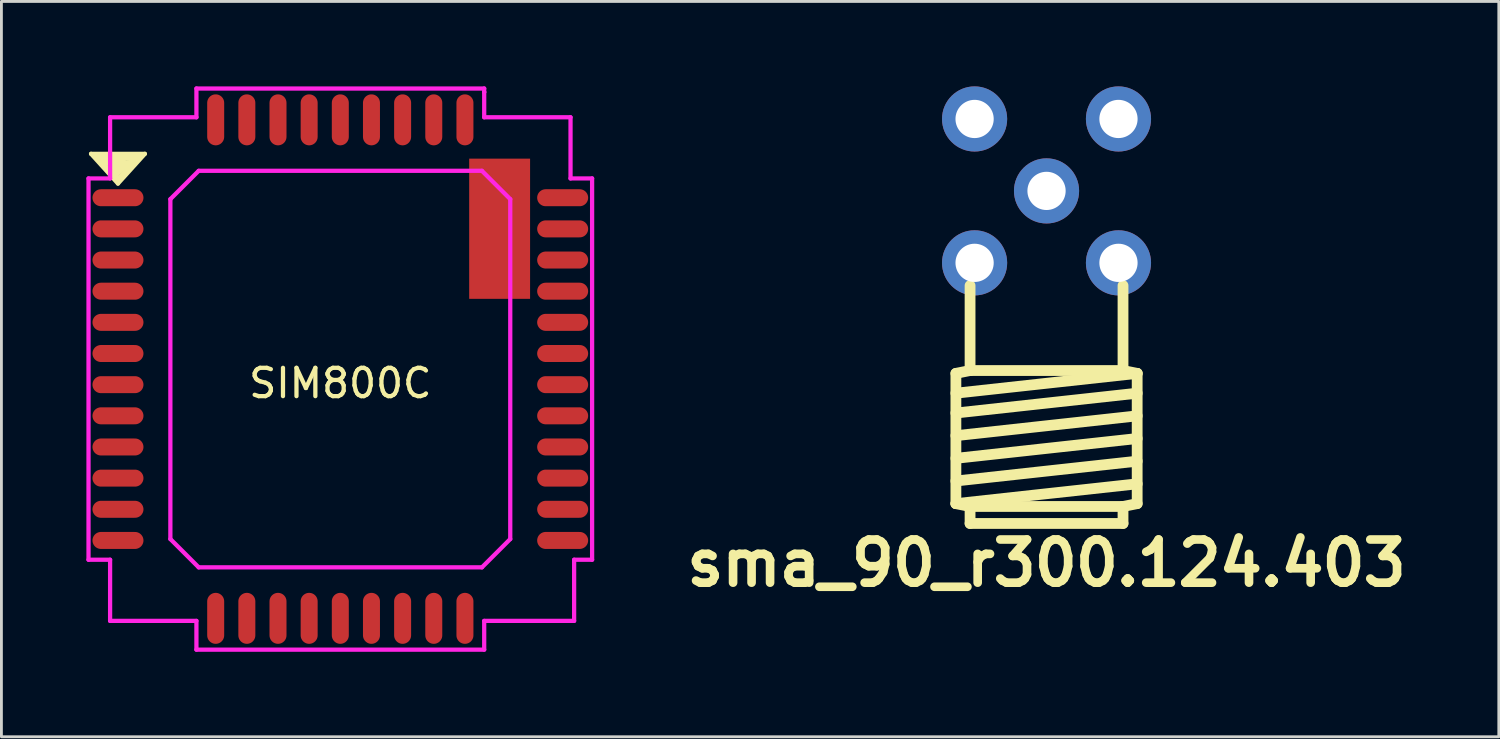
<source format=kicad_pcb>
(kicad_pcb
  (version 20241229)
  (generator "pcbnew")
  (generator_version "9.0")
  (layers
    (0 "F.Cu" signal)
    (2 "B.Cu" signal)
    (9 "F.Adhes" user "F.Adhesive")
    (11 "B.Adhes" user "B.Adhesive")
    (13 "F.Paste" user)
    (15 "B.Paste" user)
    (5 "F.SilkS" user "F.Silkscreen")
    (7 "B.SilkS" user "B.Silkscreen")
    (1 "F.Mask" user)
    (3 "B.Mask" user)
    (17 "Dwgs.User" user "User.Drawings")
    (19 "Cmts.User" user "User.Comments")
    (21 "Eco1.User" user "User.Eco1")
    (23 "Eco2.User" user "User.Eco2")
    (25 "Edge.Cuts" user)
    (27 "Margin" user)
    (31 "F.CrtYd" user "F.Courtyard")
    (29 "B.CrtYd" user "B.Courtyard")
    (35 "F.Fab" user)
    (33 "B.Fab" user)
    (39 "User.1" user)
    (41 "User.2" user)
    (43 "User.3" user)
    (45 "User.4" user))
  (footprint "SIM800C"
    (layer "F.Cu")
    (at 8.965 9.981)
    (property "Reference" "SIM800C" (at 0 0.5 0) (layer "F.SilkS") (effects (font (size 1 1) (thickness 0.15))))
    (attr through_hole)
    (fp_line (start -8.8 -7.6) (end -6.9 -7.6) (stroke (width 0.15) (type solid)) (layer "F.SilkS"))
    (fp_line (start -8.65 -7.5) (end -7.1 -7.55) (stroke (width 0.15) (type solid)) (layer "F.SilkS"))
    (fp_line (start -8.5 -7.4) (end -7.3 -7.45) (stroke (width 0.15) (type solid)) (layer "F.SilkS"))
    (fp_line (start -8.35 -7.35) (end -7.7 -7.15) (stroke (width 0.15) (type solid)) (layer "F.SilkS"))
    (fp_line (start -8.25 -7.35) (end -7.5 -7.3) (stroke (width 0.15) (type solid)) (layer "F.SilkS"))
    (fp_line (start -8.1 -7.25) (end -7.75 -7.2) (stroke (width 0.15) (type solid)) (layer "F.SilkS"))
    (fp_line (start -7.9 -7.1) (end -8.35 -7.35) (stroke (width 0.15) (type solid)) (layer "F.SilkS"))
    (fp_line (start -7.9 -7) (end -8.1 -7.25) (stroke (width 0.15) (type solid)) (layer "F.SilkS"))
    (fp_line (start -7.9 -6.85) (end -8.25 -7.35) (stroke (width 0.15) (type solid)) (layer "F.SilkS"))
    (fp_line (start -7.85 -6.7) (end -8.5 -7.4) (stroke (width 0.15) (type solid)) (layer "F.SilkS"))
    (fp_line (start -7.85 -6.55) (end -8.8 -7.6) (stroke (width 0.15) (type solid)) (layer "F.SilkS"))
    (fp_line (start -7.75 -7.2) (end -7.9 -7.1) (stroke (width 0.15) (type solid)) (layer "F.SilkS"))
    (fp_line (start -7.5 -7.3) (end -7.9 -7) (stroke (width 0.15) (type solid)) (layer "F.SilkS"))
    (fp_line (start -7.3 -7.45) (end -7.9 -6.85) (stroke (width 0.15) (type solid)) (layer "F.SilkS"))
    (fp_line (start -7.1 -7.55) (end -7.85 -6.7) (stroke (width 0.15) (type solid)) (layer "F.SilkS"))
    (fp_line (start -6.9 -7.6) (end -7.85 -6.55) (stroke (width 0.15) (type solid)) (layer "F.SilkS"))
    (fp_line (start -8.89 -6.731) (end -8.128 -6.731) (stroke (width 0.15) (type solid)) (layer "F.CrtYd"))
    (fp_line (start -8.89 6.731) (end -8.89 -6.731) (stroke (width 0.15) (type solid)) (layer "F.CrtYd"))
    (fp_line (start -8.128 -8.89) (end -5.08 -8.89) (stroke (width 0.15) (type solid)) (layer "F.CrtYd"))
    (fp_line (start -8.128 -6.731) (end -8.128 -8.89) (stroke (width 0.15) (type solid)) (layer "F.CrtYd"))
    (fp_line (start -8.128 6.731) (end -8.89 6.731) (stroke (width 0.15) (type solid)) (layer "F.CrtYd"))
    (fp_line (start -8.128 8.89) (end -8.128 6.731) (stroke (width 0.15) (type solid)) (layer "F.CrtYd"))
    (fp_line (start -6 -6) (end -5 -7) (stroke (width 0.15) (type solid)) (layer "F.CrtYd"))
    (fp_line (start -6 6) (end -6 -6) (stroke (width 0.15) (type solid)) (layer "F.CrtYd"))
    (fp_line (start -5.08 -9.906) (end 5.08 -9.906) (stroke (width 0.15) (type solid)) (layer "F.CrtYd"))
    (fp_line (start -5.08 -8.89) (end -5.08 -9.906) (stroke (width 0.15) (type solid)) (layer "F.CrtYd"))
    (fp_line (start -5.08 8.89) (end -8.128 8.89) (stroke (width 0.15) (type solid)) (layer "F.CrtYd"))
    (fp_line (start -5.08 9.906) (end -5.08 8.89) (stroke (width 0.15) (type solid)) (layer "F.CrtYd"))
    (fp_line (start -5 -7) (end 5 -7) (stroke (width 0.15) (type solid)) (layer "F.CrtYd"))
    (fp_line (start -5 7) (end -6 6) (stroke (width 0.15) (type solid)) (layer "F.CrtYd"))
    (fp_line (start 5 -7) (end 6 -6) (stroke (width 0.15) (type solid)) (layer "F.CrtYd"))
    (fp_line (start 5 7) (end -5 7) (stroke (width 0.15) (type solid)) (layer "F.CrtYd"))
    (fp_line (start 5.08 -9.906) (end 5.08 -9.779) (stroke (width 0.15) (type solid)) (layer "F.CrtYd"))
    (fp_line (start 5.08 -9.779) (end 5.08 -9.779) (stroke (width 0.15) (type solid)) (layer "F.CrtYd"))
    (fp_line (start 5.08 -9.779) (end 5.08 -8.89) (stroke (width 0.15) (type solid)) (layer "F.CrtYd"))
    (fp_line (start 5.08 -8.89) (end 8.128 -8.89) (stroke (width 0.15) (type solid)) (layer "F.CrtYd"))
    (fp_line (start 5.08 8.89) (end 5.08 9.906) (stroke (width 0.15) (type solid)) (layer "F.CrtYd"))
    (fp_line (start 5.08 9.906) (end -5.08 9.906) (stroke (width 0.15) (type solid)) (layer "F.CrtYd"))
    (fp_line (start 6 -6) (end 6 6) (stroke (width 0.15) (type solid)) (layer "F.CrtYd"))
    (fp_line (start 6 6) (end 5 7) (stroke (width 0.15) (type solid)) (layer "F.CrtYd"))
    (fp_line (start 8.128 -8.89) (end 8.128 -6.731) (stroke (width 0.15) (type solid)) (layer "F.CrtYd"))
    (fp_line (start 8.128 -6.731) (end 8.89 -6.731) (stroke (width 0.15) (type solid)) (layer "F.CrtYd"))
    (fp_line (start 8.255 6.731) (end 8.255 8.89) (stroke (width 0.15) (type solid)) (layer "F.CrtYd"))
    (fp_line (start 8.255 8.89) (end 5.08 8.89) (stroke (width 0.15) (type solid)) (layer "F.CrtYd"))
    (fp_line (start 8.89 -6.731) (end 8.89 6.731) (stroke (width 0.15) (type solid)) (layer "F.CrtYd"))
    (fp_line (start 8.89 6.731) (end 8.255 6.731) (stroke (width 0.15) (type solid)) (layer "F.CrtYd"))
    (pad "1" smd oval (at -7.85 -6.05) (size 1.8 0.6) (layers "F.Cu" "F.Mask" "F.Paste"))
    (pad "2" smd oval (at -7.85 -4.95) (size 1.8 0.6) (layers "F.Cu" "F.Mask" "F.Paste"))
    (pad "3" smd oval (at -7.85 -3.85) (size 1.8 0.6) (layers "F.Cu" "F.Mask" "F.Paste"))
    (pad "4" smd oval (at -7.85 -2.75) (size 1.8 0.6) (layers "F.Cu" "F.Mask" "F.Paste"))
    (pad "5" smd oval (at -7.85 -1.65) (size 1.8 0.6) (layers "F.Cu" "F.Mask" "F.Paste"))
    (pad "6" smd oval (at -7.85 -0.55) (size 1.8 0.6) (layers "F.Cu" "F.Mask" "F.Paste"))
    (pad "7" smd oval (at -7.85 0.55) (size 1.8 0.6) (layers "F.Cu" "F.Mask" "F.Paste"))
    (pad "8" smd oval (at -7.85 1.65) (size 1.8 0.6) (layers "F.Cu" "F.Mask" "F.Paste"))
    (pad "9" smd oval (at -7.85 2.75) (size 1.8 0.6) (layers "F.Cu" "F.Mask" "F.Paste"))
    (pad "10" smd oval (at -7.85 3.85) (size 1.8 0.6) (layers "F.Cu" "F.Mask" "F.Paste"))
    (pad "11" smd oval (at -7.85 4.95) (size 1.8 0.6) (layers "F.Cu" "F.Mask" "F.Paste"))
    (pad "12" smd oval (at -7.85 6.05) (size 1.8 0.6) (layers "F.Cu" "F.Mask" "F.Paste"))
    (pad "13" smd oval (at -4.4 8.8 90) (size 1.8 0.6) (layers "F.Cu" "F.Mask" "F.Paste"))
    (pad "14" smd oval (at -3.3 8.8 90) (size 1.8 0.6) (layers "F.Cu" "F.Mask" "F.Paste"))
    (pad "15" smd oval (at -2.2 8.8 90) (size 1.8 0.6) (layers "F.Cu" "F.Mask" "F.Paste"))
    (pad "16" smd oval (at -1.1 8.8 90) (size 1.8 0.6) (layers "F.Cu" "F.Mask" "F.Paste"))
    (pad "17" smd oval (at 0 8.8 90) (size 1.8 0.6) (layers "F.Cu" "F.Mask" "F.Paste"))
    (pad "18" smd oval (at 1.1 8.8 90) (size 1.8 0.6) (layers "F.Cu" "F.Mask" "F.Paste"))
    (pad "19" smd oval (at 2.2 8.8 90) (size 1.8 0.6) (layers "F.Cu" "F.Mask" "F.Paste"))
    (pad "20" smd oval (at 3.3 8.8 90) (size 1.8 0.6) (layers "F.Cu" "F.Mask" "F.Paste"))
    (pad "21" smd oval (at 4.4 8.8 90) (size 1.8 0.6) (layers "F.Cu" "F.Mask" "F.Paste"))
    (pad "22" smd oval (at 7.85 6.05) (size 1.8 0.6) (layers "F.Cu" "F.Mask" "F.Paste"))
    (pad "23" smd oval (at 7.85 4.95) (size 1.8 0.6) (layers "F.Cu" "F.Mask" "F.Paste"))
    (pad "24" smd oval (at 7.85 3.85) (size 1.8 0.6) (layers "F.Cu" "F.Mask" "F.Paste"))
    (pad "25" smd oval (at 7.85 2.75) (size 1.8 0.6) (layers "F.Cu" "F.Mask" "F.Paste"))
    (pad "26" smd oval (at 7.85 1.65) (size 1.8 0.6) (layers "F.Cu" "F.Mask" "F.Paste"))
    (pad "27" smd oval (at 7.85 0.55) (size 1.8 0.6) (layers "F.Cu" "F.Mask" "F.Paste"))
    (pad "28" smd oval (at 7.85 -0.55) (size 1.8 0.6) (layers "F.Cu" "F.Mask" "F.Paste"))
    (pad "29" smd oval (at 7.85 -1.65) (size 1.8 0.6) (layers "F.Cu" "F.Mask" "F.Paste"))
    (pad "30" smd oval (at 7.85 -2.75) (size 1.8 0.6) (layers "F.Cu" "F.Mask" "F.Paste"))
    (pad "31" smd oval (at 7.85 -3.85) (size 1.8 0.6) (layers "F.Cu" "F.Mask" "F.Paste"))
    (pad "32" smd oval (at 7.85 -4.95) (size 1.8 0.6) (layers "F.Cu" "F.Mask" "F.Paste"))
    (pad "33" smd oval (at 7.85 -6.05) (size 1.8 0.6) (layers "F.Cu" "F.Mask" "F.Paste"))
    (pad "34" smd oval (at 4.4 -8.8 90) (size 1.8 0.6) (layers "F.Cu" "F.Mask" "F.Paste"))
    (pad "35" smd oval (at 3.3 -8.8 90) (size 1.8 0.6) (layers "F.Cu" "F.Mask" "F.Paste"))
    (pad "36" smd oval (at 2.2 -8.8 90) (size 1.8 0.6) (layers "F.Cu" "F.Mask" "F.Paste"))
    (pad "37" smd oval (at 1.1 -8.8 90) (size 1.8 0.6) (layers "F.Cu" "F.Mask" "F.Paste"))
    (pad "38" smd oval (at 0 -8.8 90) (size 1.8 0.6) (layers "F.Cu" "F.Mask" "F.Paste"))
    (pad "39" smd oval (at -1.1 -8.8 90) (size 1.8 0.6) (layers "F.Cu" "F.Mask" "F.Paste"))
    (pad "40" smd oval (at -2.2 -8.8 90) (size 1.8 0.6) (layers "F.Cu" "F.Mask" "F.Paste"))
    (pad "41" smd oval (at -3.3 -8.8 90) (size 1.8 0.6) (layers "F.Cu" "F.Mask" "F.Paste"))
    (pad "42" smd oval (at -4.4 -8.8 90) (size 1.8 0.6) (layers "F.Cu" "F.Mask" "F.Paste"))
    (pad "43" smd trapezoid (at 5.625 -4.955 90) (size 4.95 2.15) (layers "F.Cu" "F.Mask" "F.Paste")))
  (footprint "sma_90_r300.124.403"
    (layer "F.Cu")
    (at 33.899 7.932)
    (property "Reference" "sma_90_r300.124.403" (at 0 8.9 0) (layer "F.SilkS") (effects (font (size 1.524 1.524) (thickness 0.305))))
    (attr through_hole)
    (fp_line (start -3.2 2.2) (end -3.2 6.8) (stroke (width 0.381) (type solid)) (layer "F.SilkS"))
    (fp_line (start -3.2 2.2) (end -2.7 2.1) (stroke (width 0.381) (type solid)) (layer "F.SilkS"))
    (fp_line (start -3.2 2.9) (end 3.2 2.2) (stroke (width 0.381) (type solid)) (layer "F.SilkS"))
    (fp_line (start -3.2 3.6) (end 3.2 2.9) (stroke (width 0.381) (type solid)) (layer "F.SilkS"))
    (fp_line (start -3.2 4.4) (end 3.2 3.7) (stroke (width 0.381) (type solid)) (layer "F.SilkS"))
    (fp_line (start -3.2 5.2) (end 3.2 4.5) (stroke (width 0.381) (type solid)) (layer "F.SilkS"))
    (fp_line (start -3.2 6) (end 3.2 5.3) (stroke (width 0.381) (type solid)) (layer "F.SilkS"))
    (fp_line (start -3.2 6.8) (end -2.7 6.9) (stroke (width 0.381) (type solid)) (layer "F.SilkS"))
    (fp_line (start -3.2 6.8) (end 3.2 6.1) (stroke (width 0.381) (type solid)) (layer "F.SilkS"))
    (fp_line (start -2.7 2.1) (end -2.7 -0.9) (stroke (width 0.381) (type solid)) (layer "F.SilkS"))
    (fp_line (start -2.7 2.1) (end 2.7 2.1) (stroke (width 0.381) (type solid)) (layer "F.SilkS"))
    (fp_line (start -2.7 6.9) (end 2.7 6.9) (stroke (width 0.381) (type solid)) (layer "F.SilkS"))
    (fp_line (start -2.7 7.5) (end -2.7 6.9) (stroke (width 0.381) (type solid)) (layer "F.SilkS"))
    (fp_line (start -2.7 7.5) (end 2.7 7.5) (stroke (width 0.381) (type solid)) (layer "F.SilkS"))
    (fp_line (start 2.7 -0.9) (end 2.7 2.1) (stroke (width 0.381) (type solid)) (layer "F.SilkS"))
    (fp_line (start 2.7 2.1) (end 3.2 2.2) (stroke (width 0.381) (type solid)) (layer "F.SilkS"))
    (fp_line (start 2.7 6.9) (end 3.2 6.8) (stroke (width 0.381) (type solid)) (layer "F.SilkS"))
    (fp_line (start 2.7 7.5) (end 2.7 6.9) (stroke (width 0.381) (type solid)) (layer "F.SilkS"))
    (fp_line (start 3.2 2.2) (end 3.2 6.8) (stroke (width 0.381) (type solid)) (layer "F.SilkS"))
    (pad "1" thru_hole circle (at 0 -4.242) (size 2.3 2.3) (drill 1.35) (layers "*.Cu" "*.Mask"))
    (pad "2" thru_hole circle (at -2.54 -6.782) (size 2.3 2.3) (drill 1.35) (layers "*.Cu" "*.Mask"))
    (pad "2" thru_hole circle (at -2.54 -1.702) (size 2.3 2.3) (drill 1.35) (layers "*.Cu" "*.Mask"))
    (pad "2" thru_hole circle (at 2.54 -6.782) (size 2.3 2.3) (drill 1.35) (layers "*.Cu" "*.Mask"))
    (pad "2" thru_hole circle (at 2.54 -1.702) (size 2.3 2.3) (drill 1.35) (layers "*.Cu" "*.Mask")))
  (gr_rect
    (start -3 -3)
    (end 49.867 22.962)
    (stroke (width 0.1) (type default))
    (fill no)
    (layer "Edge.Cuts")))
</source>
